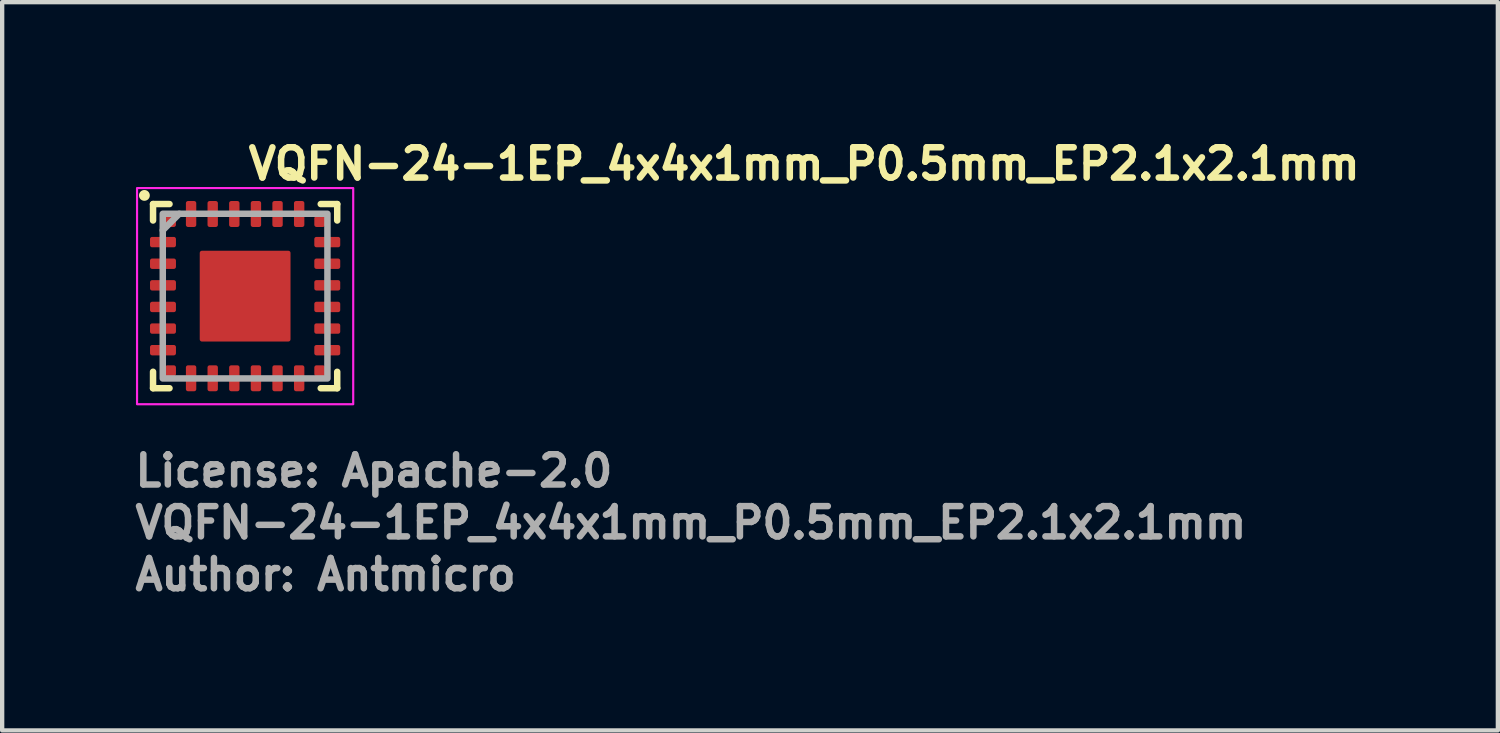
<source format=kicad_pcb>
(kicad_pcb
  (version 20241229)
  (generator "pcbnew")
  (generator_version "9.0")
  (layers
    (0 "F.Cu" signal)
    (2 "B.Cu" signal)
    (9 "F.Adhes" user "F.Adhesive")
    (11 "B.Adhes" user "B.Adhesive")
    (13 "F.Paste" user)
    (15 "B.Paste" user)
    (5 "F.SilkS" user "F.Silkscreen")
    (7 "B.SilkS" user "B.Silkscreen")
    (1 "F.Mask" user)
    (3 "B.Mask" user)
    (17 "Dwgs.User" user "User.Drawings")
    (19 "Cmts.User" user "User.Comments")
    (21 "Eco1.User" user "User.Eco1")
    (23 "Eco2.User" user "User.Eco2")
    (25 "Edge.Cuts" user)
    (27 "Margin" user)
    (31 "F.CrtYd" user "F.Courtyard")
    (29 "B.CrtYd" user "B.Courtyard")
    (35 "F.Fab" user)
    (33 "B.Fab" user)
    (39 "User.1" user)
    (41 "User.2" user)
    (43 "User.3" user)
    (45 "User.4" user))
  (footprint "VQFN-24-1EP_4x4x1mm_P0.5mm_EP2.1x2.1mm"
    (layer "F.Cu")
    (at 2.62 3.8)
    (property "Reference" "VQFN-24-1EP_4x4x1mm_P0.5mm_EP2.1x2.1mm" (at 0 -2.65 0) (layer "F.SilkS") (effects (font (size 0.7 0.7) (thickness 0.15)) (justify left bottom)))
    (attr smd)
    (fp_line (start -2.13 -2.13) (end -2.13 -1.75) (stroke (width 0.15) (type solid)) (layer "F.SilkS"))
    (fp_line (start -2.13 1.749) (end -2.13 2.13) (stroke (width 0.15) (type solid)) (layer "F.SilkS"))
    (fp_line (start -2.13 2.13) (end -1.749 2.13) (stroke (width 0.15) (type solid)) (layer "F.SilkS"))
    (fp_line (start -1.749 -2.13) (end -2.13 -2.13) (stroke (width 0.15) (type solid)) (layer "F.SilkS"))
    (fp_line (start 1.749 2.13) (end 2.13 2.13) (stroke (width 0.15) (type solid)) (layer "F.SilkS"))
    (fp_line (start 2.13 -2.13) (end 1.749 -2.13) (stroke (width 0.15) (type solid)) (layer "F.SilkS"))
    (fp_line (start 2.13 -1.75) (end 2.13 -2.13) (stroke (width 0.15) (type solid)) (layer "F.SilkS"))
    (fp_line (start 2.13 2.13) (end 2.13 1.75) (stroke (width 0.15) (type solid)) (layer "F.SilkS"))
    (fp_circle (center -2.33 -2.33) (end -2.28 -2.33) (stroke (width 0.15) (type solid)) (fill yes) (layer "F.SilkS"))
    (fp_rect (start -1 -1) (end -0.16 -0.16) (stroke (width 0.1) (type solid)) (fill yes) (layer "F.Paste"))
    (fp_rect (start -1 0.16) (end -0.16 1) (stroke (width 0.1) (type solid)) (fill yes) (layer "F.Paste"))
    (fp_rect (start 0.16 -1) (end 1 -0.16) (stroke (width 0.1) (type solid)) (fill yes) (layer "F.Paste"))
    (fp_rect (start 0.16 0.16) (end 1 1) (stroke (width 0.1) (type solid)) (fill yes) (layer "F.Paste"))
    (fp_rect (start -2.5 -2.5) (end 2.5 2.5) (stroke (width 0.05) (type solid)) (fill no) (layer "F.CrtYd"))
    (fp_line (start -1.905 -1.524) (end -1.524 -1.905) (stroke (width 0.15) (type solid)) (layer "F.Fab"))
    (fp_rect (start -1.905 1.904) (end 1.904 -1.905) (stroke (width 0.15) (type solid)) (fill no) (layer "F.Fab"))
    (fp_rect (start -2 -2) (end 1.999 1.999) (stroke (width 0.1) (type solid)) (fill no) (layer "User.5"))
    (fp_line (start -2 -2) (end -2 1.999) (stroke (width 0.02) (type solid)) (layer "User.9"))
    (fp_line (start -2 1.999) (end 1.999 1.999) (stroke (width 0.02) (type solid)) (layer "User.9"))
    (fp_line (start 1.999 -2) (end -2 -2) (stroke (width 0.02) (type solid)) (layer "User.9"))
    (fp_line (start 1.999 1.999) (end 1.999 -2) (stroke (width 0.02) (type solid)) (layer "User.9"))
    (fp_circle (center -1.4 -1.4) (end -1.151 -1.4) (stroke (width 0.02) (type default)) (fill no) (layer "User.9"))
    (fp_text user "${REFERENCE}" (at -2.62 5.65 0) (layer "F.Fab") (effects (font (size 0.7 0.7) (thickness 0.15)) (justify left bottom)))
    (fp_text user "License: Apache-2.0" (at -2.62 4.45 0) (layer "F.Fab") (effects (font (size 0.7 0.7) (thickness 0.15)) (justify left bottom)))
    (fp_text user "Author: Antmicro" (at -2.62 6.85 0) (layer "F.Fab") (effects (font (size 0.7 0.7) (thickness 0.15)) (justify left bottom)))
    (pad "1" smd roundrect (at -1.9 -1.25 90) (size 0.24 0.6) (layers "F.Cu" "F.Mask" "F.Paste") (roundrect_rratio 0.2))
    (pad "2" smd roundrect (at -1.9 -0.75 90) (size 0.24 0.6) (layers "F.Cu" "F.Mask" "F.Paste") (roundrect_rratio 0.2))
    (pad "3" smd roundrect (at -1.9 -0.25 90) (size 0.24 0.6) (layers "F.Cu" "F.Mask" "F.Paste") (roundrect_rratio 0.2))
    (pad "4" smd roundrect (at -1.9 0.25 90) (size 0.24 0.6) (layers "F.Cu" "F.Mask" "F.Paste") (roundrect_rratio 0.2))
    (pad "5" smd roundrect (at -1.9 0.75 90) (size 0.24 0.6) (layers "F.Cu" "F.Mask" "F.Paste") (roundrect_rratio 0.2))
    (pad "6" smd roundrect (at -1.9 1.25 90) (size 0.24 0.6) (layers "F.Cu" "F.Mask" "F.Paste") (roundrect_rratio 0.2))
    (pad "7" smd roundrect (at -1.25 1.9 180) (size 0.24 0.6) (layers "F.Cu" "F.Mask" "F.Paste") (roundrect_rratio 0.2))
    (pad "8" smd roundrect (at -0.75 1.9 180) (size 0.24 0.6) (layers "F.Cu" "F.Mask" "F.Paste") (roundrect_rratio 0.2))
    (pad "9" smd roundrect (at -0.25 1.9 180) (size 0.24 0.6) (layers "F.Cu" "F.Mask" "F.Paste") (roundrect_rratio 0.2))
    (pad "10" smd roundrect (at 0.25 1.9 180) (size 0.24 0.6) (layers "F.Cu" "F.Mask" "F.Paste") (roundrect_rratio 0.2))
    (pad "11" smd roundrect (at 0.75 1.9 180) (size 0.24 0.6) (layers "F.Cu" "F.Mask" "F.Paste") (roundrect_rratio 0.2))
    (pad "12" smd roundrect (at 1.25 1.9 180) (size 0.24 0.6) (layers "F.Cu" "F.Mask" "F.Paste") (roundrect_rratio 0.2))
    (pad "13" smd roundrect (at 1.9 1.25 270) (size 0.24 0.6) (layers "F.Cu" "F.Mask" "F.Paste") (roundrect_rratio 0.2))
    (pad "14" smd roundrect (at 1.9 0.75 270) (size 0.24 0.6) (layers "F.Cu" "F.Mask" "F.Paste") (roundrect_rratio 0.2))
    (pad "15" smd roundrect (at 1.9 0.25 270) (size 0.24 0.6) (layers "F.Cu" "F.Mask" "F.Paste") (roundrect_rratio 0.2))
    (pad "16" smd roundrect (at 1.9 -0.25 270) (size 0.24 0.6) (layers "F.Cu" "F.Mask" "F.Paste") (roundrect_rratio 0.2))
    (pad "17" smd roundrect (at 1.9 -0.75 270) (size 0.24 0.6) (layers "F.Cu" "F.Mask" "F.Paste") (roundrect_rratio 0.2))
    (pad "18" smd roundrect (at 1.9 -1.25 270) (size 0.24 0.6) (layers "F.Cu" "F.Mask" "F.Paste") (roundrect_rratio 0.2))
    (pad "19" smd roundrect (at 1.25 -1.9) (size 0.24 0.6) (layers "F.Cu" "F.Mask" "F.Paste") (roundrect_rratio 0.2))
    (pad "20" smd roundrect (at 0.75 -1.9) (size 0.24 0.6) (layers "F.Cu" "F.Mask" "F.Paste") (roundrect_rratio 0.2))
    (pad "21" smd roundrect (at 0.25 -1.9) (size 0.24 0.6) (layers "F.Cu" "F.Mask" "F.Paste") (roundrect_rratio 0.2))
    (pad "22" smd roundrect (at -0.25 -1.9) (size 0.24 0.6) (layers "F.Cu" "F.Mask" "F.Paste") (roundrect_rratio 0.2))
    (pad "23" smd roundrect (at -0.75 -1.9) (size 0.24 0.6) (layers "F.Cu" "F.Mask" "F.Paste") (roundrect_rratio 0.2))
    (pad "24" smd roundrect (at -1.25 -1.9) (size 0.24 0.6) (layers "F.Cu" "F.Mask" "F.Paste") (roundrect_rratio 0.2))
    (pad "25" smd roundrect (at 0 0) (size 2.1 2.1) (layers "F.Cu" "F.Mask") (roundrect_rratio 0.024))
    (pad "A1" smd roundrect (at -1.725 -1.725) (size 0.25 0.25) (layers "F.Cu" "F.Mask" "F.Paste") (roundrect_rratio 0.2))
    (pad "A2" smd roundrect (at -1.725 1.725) (size 0.25 0.25) (layers "F.Cu" "F.Mask" "F.Paste") (roundrect_rratio 0.2))
    (pad "A3" smd roundrect (at 1.725 1.725) (size 0.25 0.25) (layers "F.Cu" "F.Mask" "F.Paste") (roundrect_rratio 0.2))
    (pad "A4" smd roundrect (at 1.725 -1.725) (size 0.25 0.25) (layers "F.Cu" "F.Mask" "F.Paste") (roundrect_rratio 0.2)))
  (gr_rect
    (start -3 -3)
    (end 31.597 13.845)
    (stroke (width 0.1) (type default))
    (fill no)
    (layer "Edge.Cuts")))
</source>
